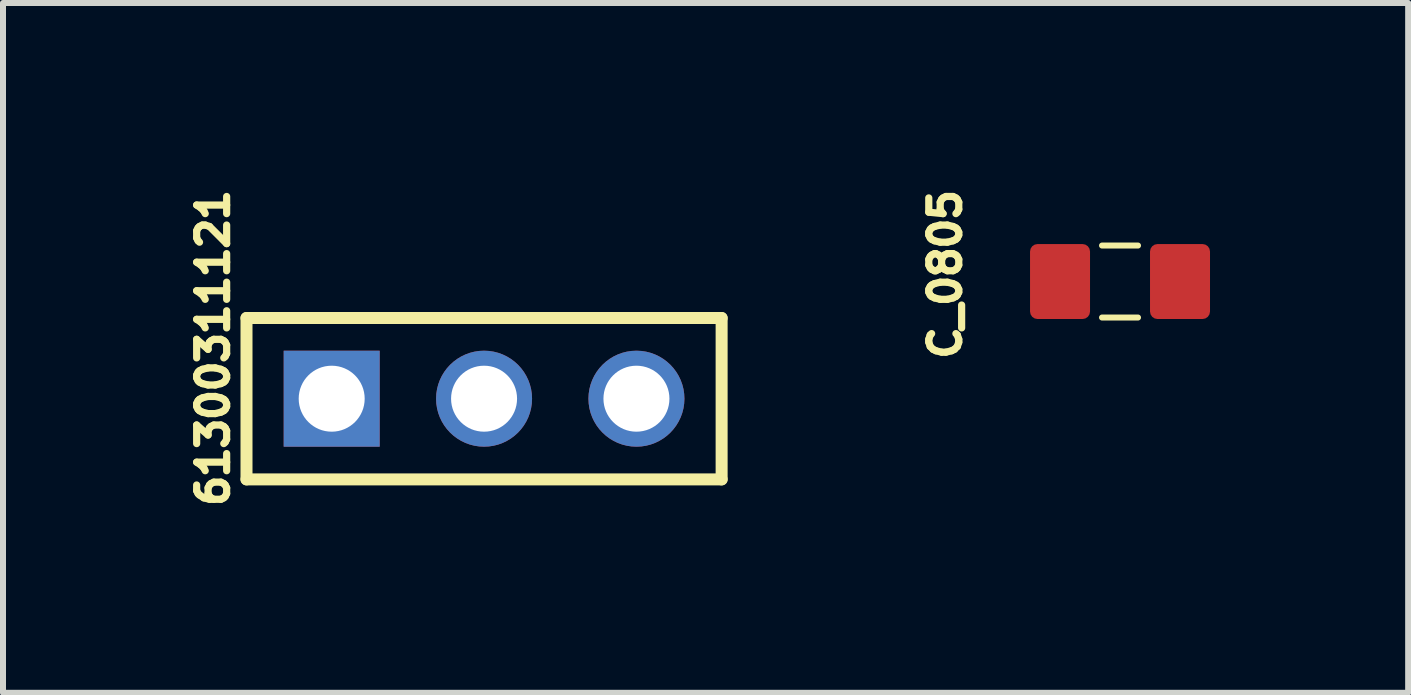
<source format=kicad_pcb>
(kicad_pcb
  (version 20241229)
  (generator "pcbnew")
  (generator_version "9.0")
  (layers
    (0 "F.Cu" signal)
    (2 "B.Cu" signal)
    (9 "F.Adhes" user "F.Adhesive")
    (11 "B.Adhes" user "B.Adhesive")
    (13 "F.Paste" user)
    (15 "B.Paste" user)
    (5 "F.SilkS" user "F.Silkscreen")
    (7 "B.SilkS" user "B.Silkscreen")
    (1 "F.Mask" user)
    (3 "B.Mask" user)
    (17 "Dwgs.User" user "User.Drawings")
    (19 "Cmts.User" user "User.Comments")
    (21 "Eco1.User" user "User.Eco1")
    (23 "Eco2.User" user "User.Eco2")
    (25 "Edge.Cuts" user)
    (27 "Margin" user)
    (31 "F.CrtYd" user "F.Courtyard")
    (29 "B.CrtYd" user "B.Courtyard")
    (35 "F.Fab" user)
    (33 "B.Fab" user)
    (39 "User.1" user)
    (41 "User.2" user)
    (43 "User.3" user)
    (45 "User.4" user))
  (footprint "61300311121"
    (layer "F.Cu")
    (at 5.019 3.596)
    (property "Reference" "61300311121" (at -4.516 -0.847 90) (unlocked yes) (layer "F.SilkS") (effects (font (size 0.5 0.5) (thickness 0.12))))
    (fp_line (start -3.96 1.345) (end -3.96 -1.345) (stroke (width 0.2) (type solid)) (layer "F.SilkS"))
    (fp_line (start 3.96 -1.345) (end -3.96 -1.345) (stroke (width 0.2) (type solid)) (layer "F.SilkS"))
    (fp_line (start 3.96 1.345) (end -3.96 1.345) (stroke (width 0.2) (type solid)) (layer "F.SilkS"))
    (fp_line (start 3.96 1.345) (end 3.96 -1.345) (stroke (width 0.2) (type solid)) (layer "F.SilkS"))
    (fp_line (start 0 0.5) (end 0 -0.5) (stroke (width 0.05) (type solid)) (layer "User.2"))
    (fp_line (start 0.5 0) (end -0.5 0) (stroke (width 0.05) (type solid)) (layer "User.2"))
    (fp_line (start -3.81 1.27) (end -3.81 -1.27) (stroke (width 0.1) (type solid)) (layer "User.11"))
    (fp_line (start 3.81 -1.27) (end -3.81 -1.27) (stroke (width 0.1) (type solid)) (layer "User.11"))
    (fp_line (start 3.81 1.27) (end -3.81 1.27) (stroke (width 0.1) (type solid)) (layer "User.11"))
    (fp_line (start 3.81 1.27) (end 3.81 -1.27) (stroke (width 0.1) (type solid)) (layer "User.11"))
    (fp_line (start -4.16 1.545) (end -4.16 -1.545) (stroke (width 0.05) (type solid)) (layer "User.13"))
    (fp_line (start 4.16 -1.545) (end -4.16 -1.545) (stroke (width 0.05) (type solid)) (layer "User.13"))
    (fp_line (start 4.16 1.545) (end -4.16 1.545) (stroke (width 0.05) (type solid)) (layer "User.13"))
    (fp_line (start 4.16 1.545) (end 4.16 -1.545) (stroke (width 0.05) (type solid)) (layer "User.13"))
    (pad "1" thru_hole rect (at -2.54 0) (size 1.6 1.6) (drill 1.1) (layers "*.Cu" "*.Mask") (padstack (mode front_inner_back) (layer "Inner" (shape circle) (size 1.6 1.6)) (layer "B.Cu" (shape rect) (size 1.6 1.6))))
    (pad "2" thru_hole circle (at 0 0) (size 1.6 1.6) (drill 1.1) (layers "*.Cu" "*.Mask"))
    (pad "3" thru_hole circle (at 2.54 0) (size 1.6 1.6) (drill 1.1) (layers "*.Cu" "*.Mask")))
  (footprint "C_0805"
    (layer "F.Cu")
    (at 15.62 1.643)
    (property "Reference" "C_0805" (at -2.913 -0.12 90) (unlocked yes) (layer "F.SilkS") (effects (font (size 0.5 0.5) (thickness 0.12))))
    (fp_line (start 0.3 -0.6) (end -0.3 -0.6) (stroke (width 0.1) (type solid)) (layer "F.SilkS"))
    (fp_line (start 0.3 0.6) (end -0.3 0.6) (stroke (width 0.1) (type solid)) (layer "F.SilkS"))
    (fp_line (start 0 0.5) (end 0 -0.5) (stroke (width 0.1) (type solid)) (layer "User.2"))
    (fp_line (start 0.5 0) (end -0.5 0) (stroke (width 0.1) (type solid)) (layer "User.2"))
    (fp_line (start -1.1 0.725) (end -1.1 -0.725) (stroke (width 0.1) (type solid)) (layer "User.4"))
    (fp_line (start 1.1 -0.725) (end -1.1 -0.725) (stroke (width 0.1) (type solid)) (layer "User.4"))
    (fp_line (start 1.1 0.725) (end -1.1 0.725) (stroke (width 0.1) (type solid)) (layer "User.4"))
    (fp_line (start 1.1 0.725) (end 1.1 -0.725) (stroke (width 0.1) (type solid)) (layer "User.4"))
    (fp_poly (pts (xy -1.524 -0.635) (xy -0.508 -0.635) (xy -0.508 0.635) (xy -1.524 0.635)) (stroke (width 0.1) (type default)) (fill no) (layer "User.6"))
    (fp_line (start -1.778 0.975) (end -1.778 -0.975) (stroke (width 0.05) (type solid)) (layer "User.13"))
    (fp_line (start 1.778 -0.975) (end -1.778 -0.975) (stroke (width 0.05) (type solid)) (layer "User.13"))
    (fp_line (start 1.778 0.975) (end -1.778 0.975) (stroke (width 0.05) (type solid)) (layer "User.13"))
    (fp_line (start 1.778 0.975) (end 1.778 -0.975) (stroke (width 0.05) (type solid)) (layer "User.13"))
    (pad "1" smd roundrect (at -1 0 90) (size 1.25 1) (layers "F.Cu" "F.Mask" "F.Paste") (roundrect_rratio 0.125))
    (pad "2" smd roundrect (at 1 0 90) (size 1.25 1) (layers "F.Cu" "F.Mask" "F.Paste") (roundrect_rratio 0.125)))
  (gr_rect
    (start -3 -3)
    (end 20.423 8.498)
    (stroke (width 0.1) (type default))
    (fill no)
    (layer "Edge.Cuts")))
</source>
